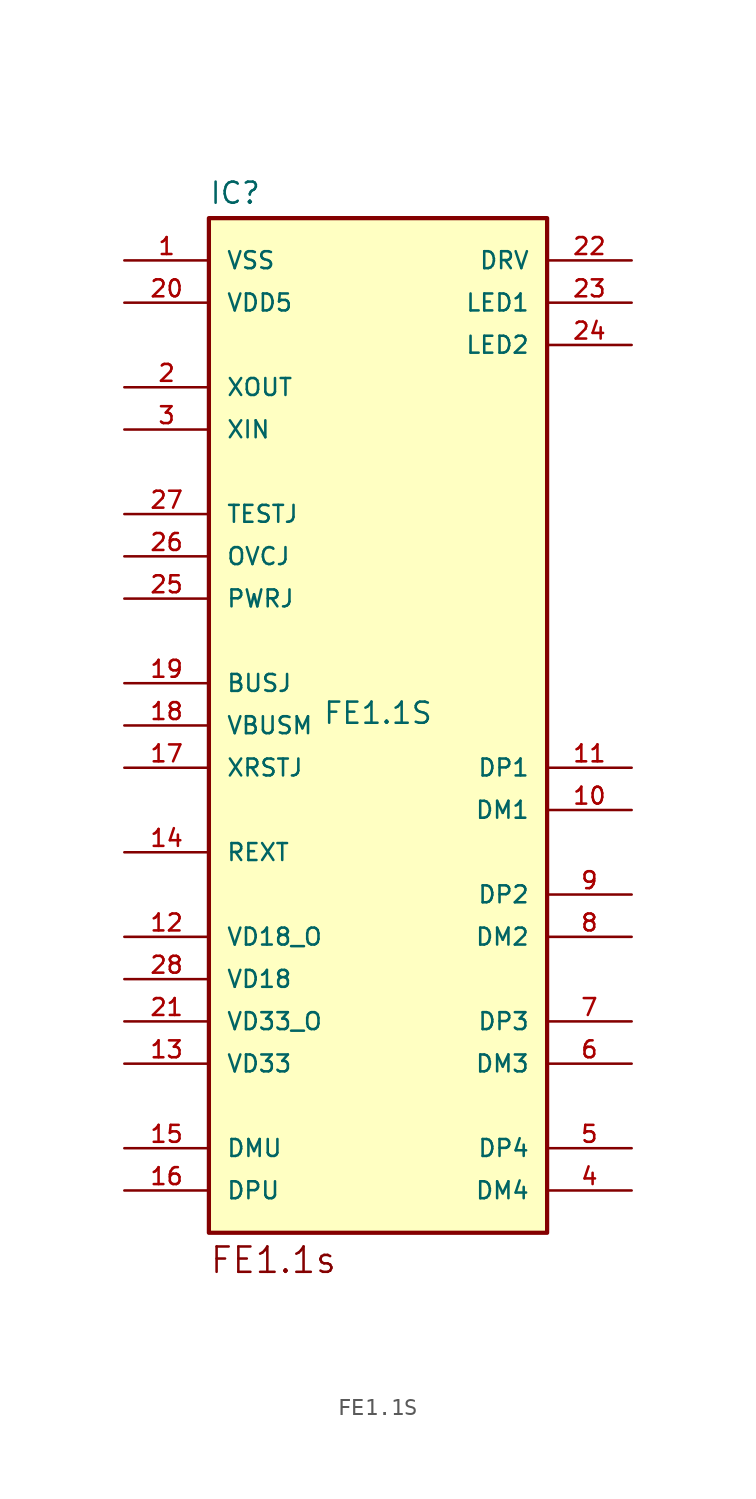
<source format=kicad_sym>
(kicad_symbol_lib
  (version 20211014)
  (generator kicad_symbol_editor)
  (symbol "FE1.1S"
    (pin_names
      (offset 1.016))
    (property "Reference" "IC"
      (at -10.16 31.242 0)
      (effects (font (size 1.27 1.27)) (justify bottom left)))
    (property "Value" "FE1.1S"
      (at 0 0.0 0)
      (effects (font (size 1.27 1.27)) (justify bottom)))
    (symbol "FE1.1S_0_0"
      (text "FE1.1s" (at -10.16 -33.02 0) (effects (font (size 1.524 1.524)) (justify bottom left)))
      (rectangle (start -10.16 -30.48) (end 10.16 30.48) (stroke (width 0.254)) (fill (type background)))
      (pin bidirectional line (at -15.24 27.94 0) (length 5.08) (name "VSS" (effects (font (size 1.016 1.016)))) (number "1" (effects (font (size 1.016 1.016)))))
      (pin bidirectional line (at -15.24 25.4 0) (length 5.08) (name "VDD5" (effects (font (size 1.016 1.016)))) (number "20" (effects (font (size 1.016 1.016)))))
      (pin bidirectional line (at -15.24 20.32 0) (length 5.08) (name "XOUT" (effects (font (size 1.016 1.016)))) (number "2" (effects (font (size 1.016 1.016)))))
      (pin bidirectional line (at -15.24 17.78 0) (length 5.08) (name "XIN" (effects (font (size 1.016 1.016)))) (number "3" (effects (font (size 1.016 1.016)))))
      (pin bidirectional line (at -15.24 12.7 0) (length 5.08) (name "TESTJ" (effects (font (size 1.016 1.016)))) (number "27" (effects (font (size 1.016 1.016)))))
      (pin bidirectional line (at -15.24 10.16 0) (length 5.08) (name "OVCJ" (effects (font (size 1.016 1.016)))) (number "26" (effects (font (size 1.016 1.016)))))
      (pin bidirectional line (at -15.24 7.62 0) (length 5.08) (name "PWRJ" (effects (font (size 1.016 1.016)))) (number "25" (effects (font (size 1.016 1.016)))))
      (pin bidirectional line (at -15.24 2.54 0) (length 5.08) (name "BUSJ" (effects (font (size 1.016 1.016)))) (number "19" (effects (font (size 1.016 1.016)))))
      (pin bidirectional line (at -15.24 0.0 0) (length 5.08) (name "VBUSM" (effects (font (size 1.016 1.016)))) (number "18" (effects (font (size 1.016 1.016)))))
      (pin bidirectional line (at -15.24 -2.54 0) (length 5.08) (name "XRSTJ" (effects (font (size 1.016 1.016)))) (number "17" (effects (font (size 1.016 1.016)))))
      (pin bidirectional line (at 15.24 27.94 180.0) (length 5.08) (name "DRV" (effects (font (size 1.016 1.016)))) (number "22" (effects (font (size 1.016 1.016)))))
      (pin bidirectional line (at 15.24 25.4 180.0) (length 5.08) (name "LED1" (effects (font (size 1.016 1.016)))) (number "23" (effects (font (size 1.016 1.016)))))
      (pin bidirectional line (at 15.24 22.86 180.0) (length 5.08) (name "LED2" (effects (font (size 1.016 1.016)))) (number "24" (effects (font (size 1.016 1.016)))))
      (pin bidirectional line (at -15.24 -12.7 0) (length 5.08) (name "VD18_O" (effects (font (size 1.016 1.016)))) (number "12" (effects (font (size 1.016 1.016)))))
      (pin bidirectional line (at -15.24 -15.24 0) (length 5.08) (name "VD18" (effects (font (size 1.016 1.016)))) (number "28" (effects (font (size 1.016 1.016)))))
      (pin bidirectional line (at -15.24 -17.78 0) (length 5.08) (name "VD33_O" (effects (font (size 1.016 1.016)))) (number "21" (effects (font (size 1.016 1.016)))))
      (pin bidirectional line (at -15.24 -20.32 0) (length 5.08) (name "VD33" (effects (font (size 1.016 1.016)))) (number "13" (effects (font (size 1.016 1.016)))))
      (pin bidirectional line (at -15.24 -25.4 0) (length 5.08) (name "DMU" (effects (font (size 1.016 1.016)))) (number "15" (effects (font (size 1.016 1.016)))))
      (pin bidirectional line (at -15.24 -27.94 0) (length 5.08) (name "DPU" (effects (font (size 1.016 1.016)))) (number "16" (effects (font (size 1.016 1.016)))))
      (pin bidirectional line (at 15.24 -27.94 180.0) (length 5.08) (name "DM4" (effects (font (size 1.016 1.016)))) (number "4" (effects (font (size 1.016 1.016)))))
      (pin bidirectional line (at 15.24 -25.4 180.0) (length 5.08) (name "DP4" (effects (font (size 1.016 1.016)))) (number "5" (effects (font (size 1.016 1.016)))))
      (pin bidirectional line (at 15.24 -20.32 180.0) (length 5.08) (name "DM3" (effects (font (size 1.016 1.016)))) (number "6" (effects (font (size 1.016 1.016)))))
      (pin bidirectional line (at 15.24 -17.78 180.0) (length 5.08) (name "DP3" (effects (font (size 1.016 1.016)))) (number "7" (effects (font (size 1.016 1.016)))))
      (pin bidirectional line (at 15.24 -12.7 180.0) (length 5.08) (name "DM2" (effects (font (size 1.016 1.016)))) (number "8" (effects (font (size 1.016 1.016)))))
      (pin bidirectional line (at 15.24 -10.16 180.0) (length 5.08) (name "DP2" (effects (font (size 1.016 1.016)))) (number "9" (effects (font (size 1.016 1.016)))))
      (pin bidirectional line (at 15.24 -5.08 180.0) (length 5.08) (name "DM1" (effects (font (size 1.016 1.016)))) (number "10" (effects (font (size 1.016 1.016)))))
      (pin bidirectional line (at 15.24 -2.54 180.0) (length 5.08) (name "DP1" (effects (font (size 1.016 1.016)))) (number "11" (effects (font (size 1.016 1.016)))))
      (pin bidirectional line (at -15.24 -7.62 0) (length 5.08) (name "REXT" (effects (font (size 1.016 1.016)))) (number "14" (effects (font (size 1.016 1.016))))))))
</source>
